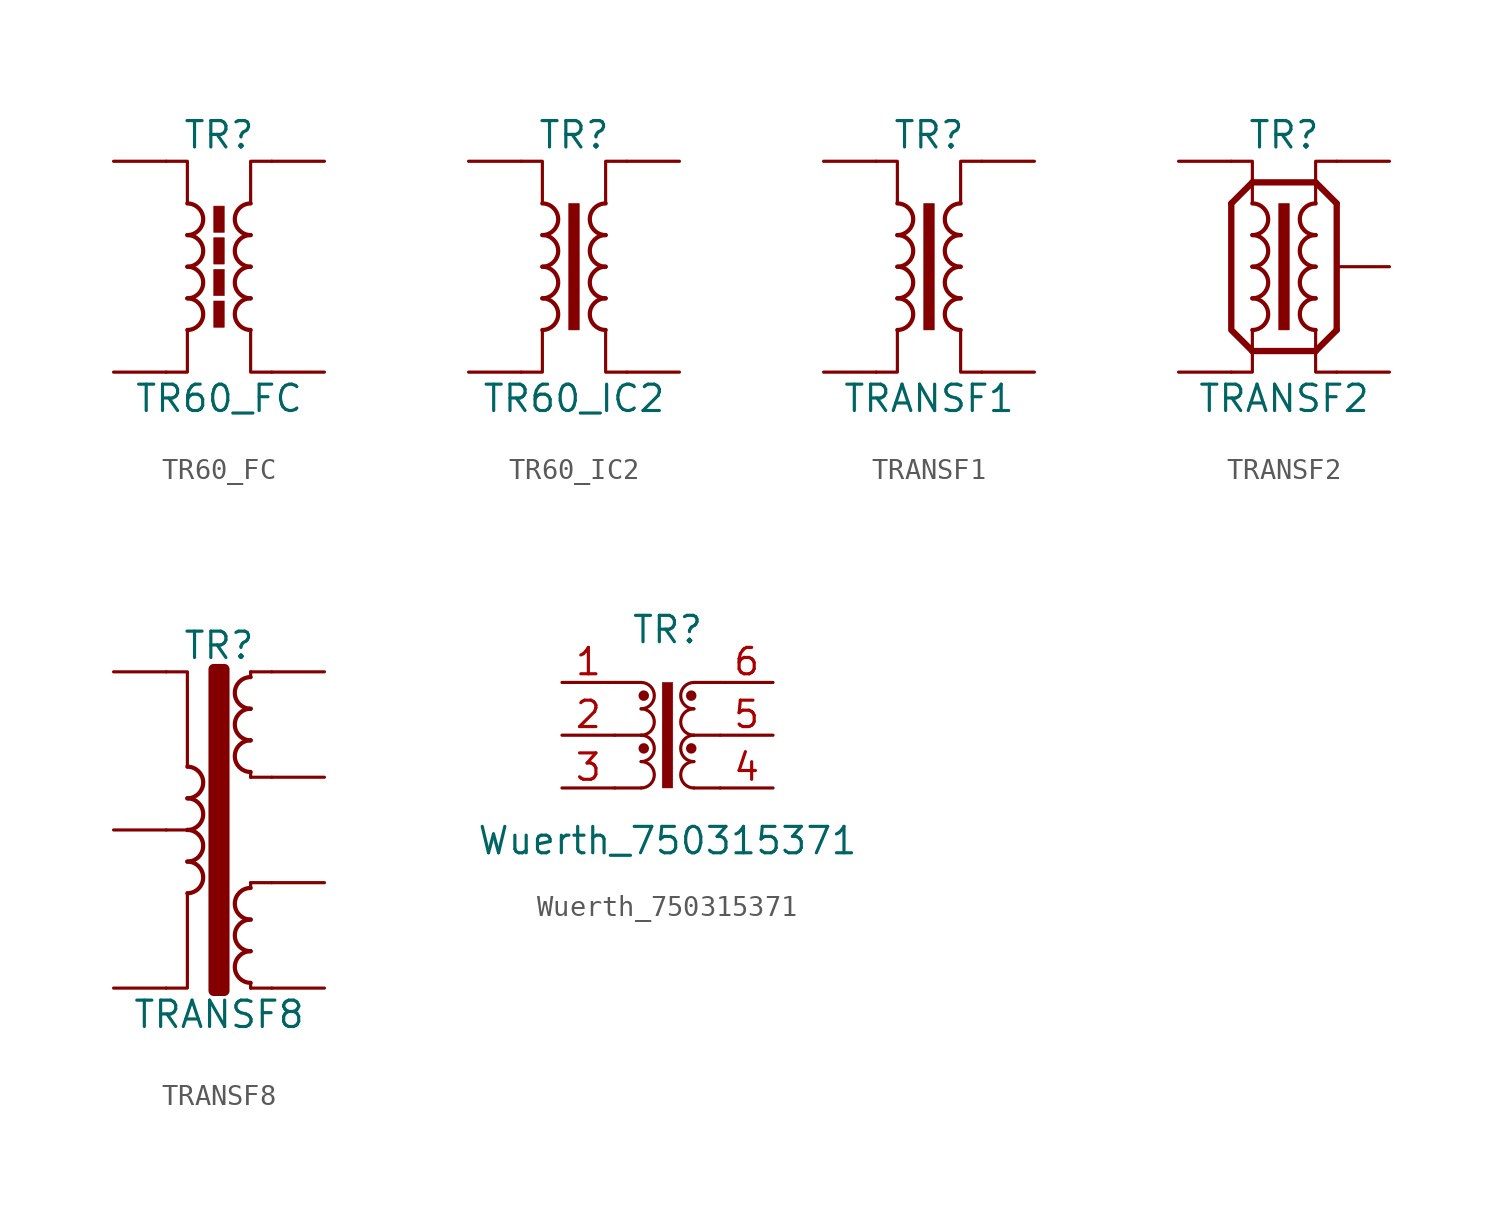
<source format=kicad_sym>
(kicad_symbol_lib
  (version 20220914)
  (generator kicad_symbol_editor)
  (symbol "TR60_FC"
    (pin_numbers hide)
    (pin_names
      (offset 0))
    (property "Reference" "TR"
      (at 0 6.35 0)
      (effects (font (size 1.27 1.27))))
    (property "Value" "TR60_FC"
      (at 0 -6.35 0)
      (effects (font (size 1.27 1.27))))
    (symbol "TR60_FC_0_1"
      (arc (start -1.524 -3.048) (mid -0.7653 -2.286) (end -1.524 -1.524) (stroke (width 0.2032) (type default)) (fill (type none)))
      (arc (start -1.524 -1.524) (mid -0.7653 -0.762) (end -1.524 0) (stroke (width 0.2032) (type default)) (fill (type none)))
      (arc (start -1.524 0) (mid -0.7653 0.762) (end -1.524 1.524) (stroke (width 0.2032) (type default)) (fill (type none)))
      (arc (start -1.524 1.524) (mid -0.7653 2.286) (end -1.524 3.048) (stroke (width 0.2032) (type default)) (fill (type none)))
      (rectangle (start -0.254 -1.651) (end 0.254 -2.921) (stroke (width 0.025) (type default)) (fill (type outline)))
      (rectangle (start -0.254 -0.127) (end 0.254 -1.397) (stroke (width 0.025) (type default)) (fill (type outline)))
      (rectangle (start -0.254 1.397) (end 0.254 0.127) (stroke (width 0.025) (type default)) (fill (type outline)))
      (rectangle (start -0.254 2.921) (end 0.254 1.651) (stroke (width 0.025) (type default)) (fill (type outline)))
      (polyline (pts (xy -2.54 5.08) (xy -1.524 5.08) (xy -1.524 3.048) (xy -1.524 3.048)) (stroke (width 0.152) (type default)) (fill (type none)))
      (polyline (pts (xy -1.524 -3.048) (xy -1.524 -5.08) (xy -2.54 -5.08) (xy -2.54 -5.08)) (stroke (width 0.152) (type default)) (fill (type none)))
      (polyline (pts (xy 1.524 3.048) (xy 1.524 5.08) (xy 2.54 5.08) (xy 2.54 5.08)) (stroke (width 0.152) (type default)) (fill (type none)))
      (polyline (pts (xy 2.54 -5.08) (xy 1.524 -5.08) (xy 1.524 -3.048) (xy 1.524 -3.048)) (stroke (width 0.152) (type default)) (fill (type none)))
      (arc (start 1.524 -1.524) (mid 0.7653 -2.286) (end 1.524 -3.048) (stroke (width 0.2032) (type default)) (fill (type none)))
      (arc (start 1.524 0) (mid 0.7653 -0.762) (end 1.524 -1.524) (stroke (width 0.2032) (type default)) (fill (type none)))
      (arc (start 1.524 1.524) (mid 0.7653 0.762) (end 1.524 0) (stroke (width 0.2032) (type default)) (fill (type none)))
      (arc (start 1.524 3.048) (mid 0.7653 2.286) (end 1.524 1.524) (stroke (width 0.2032) (type default)) (fill (type none))))
    (symbol "TR60_FC_1_1"
      (pin passive line (at -5.08 5.08 0) (length 2.54) (name "~" (effects (font (size 1.27 1.27)))) (number "1" (effects (font (size 1.27 1.27)))))
      (pin passive line (at -5.08 -5.08 0) (length 2.54) (name "~" (effects (font (size 1.27 1.27)))) (number "2" (effects (font (size 1.27 1.27)))))
      (pin passive line (at 5.08 5.08 180) (length 2.54) (name "~" (effects (font (size 1.27 1.27)))) (number "3" (effects (font (size 1.27 1.27)))))
      (pin passive line (at 5.08 -5.08 180) (length 2.54) (name "~" (effects (font (size 1.27 1.27)))) (number "4" (effects (font (size 1.27 1.27)))))))
  (symbol "TR60_IC2"
    (pin_numbers hide)
    (pin_names
      (offset 0))
    (property "Reference" "TR"
      (at 0 6.35 0)
      (effects (font (size 1.27 1.27))))
    (property "Value" "TR60_IC2"
      (at 0 -6.35 0)
      (effects (font (size 1.27 1.27))))
    (symbol "TR60_IC2_0_1"
      (arc (start -1.524 -3.048) (mid -0.7653 -2.286) (end -1.524 -1.524) (stroke (width 0.2032) (type default)) (fill (type none)))
      (arc (start -1.524 -1.524) (mid -0.7653 -0.762) (end -1.524 0) (stroke (width 0.2032) (type default)) (fill (type none)))
      (arc (start -1.524 0) (mid -0.7653 0.762) (end -1.524 1.524) (stroke (width 0.2032) (type default)) (fill (type none)))
      (arc (start -1.524 1.524) (mid -0.7653 2.286) (end -1.524 3.048) (stroke (width 0.2032) (type default)) (fill (type none)))
      (rectangle (start -0.254 3.048) (end 0.254 -3.048) (stroke (width 0.025) (type default)) (fill (type outline)))
      (polyline (pts (xy -2.54 5.08) (xy -1.524 5.08) (xy -1.524 3.048) (xy -1.524 3.048)) (stroke (width 0.152) (type default)) (fill (type none)))
      (polyline (pts (xy -1.524 -3.048) (xy -1.524 -5.08) (xy -2.54 -5.08) (xy -2.54 -5.08)) (stroke (width 0.152) (type default)) (fill (type none)))
      (polyline (pts (xy 1.524 3.048) (xy 1.524 5.08) (xy 2.54 5.08) (xy 2.54 5.08)) (stroke (width 0.152) (type default)) (fill (type none)))
      (polyline (pts (xy 2.54 -5.08) (xy 1.524 -5.08) (xy 1.524 -3.048) (xy 1.524 -3.048)) (stroke (width 0.152) (type default)) (fill (type none)))
      (arc (start 1.524 -1.524) (mid 0.7653 -2.286) (end 1.524 -3.048) (stroke (width 0.2032) (type default)) (fill (type none)))
      (arc (start 1.524 0) (mid 0.7653 -0.762) (end 1.524 -1.524) (stroke (width 0.2032) (type default)) (fill (type none)))
      (arc (start 1.524 1.524) (mid 0.7653 0.762) (end 1.524 0) (stroke (width 0.2032) (type default)) (fill (type none)))
      (arc (start 1.524 3.048) (mid 0.7653 2.286) (end 1.524 1.524) (stroke (width 0.2032) (type default)) (fill (type none))))
    (symbol "TR60_IC2_1_1"
      (pin passive line (at -5.08 5.08 0) (length 2.54) (name "~" (effects (font (size 1.27 1.27)))) (number "1" (effects (font (size 1.27 1.27)))))
      (pin passive line (at -5.08 -5.08 0) (length 2.54) (name "~" (effects (font (size 1.27 1.27)))) (number "2" (effects (font (size 1.27 1.27)))))
      (pin passive line (at 5.08 5.08 180) (length 2.54) (name "~" (effects (font (size 1.27 1.27)))) (number "3" (effects (font (size 1.27 1.27)))))
      (pin passive line (at 5.08 -5.08 180) (length 2.54) (name "~" (effects (font (size 1.27 1.27)))) (number "4" (effects (font (size 1.27 1.27)))))))
  (symbol "TRANSF1"
    (pin_numbers hide)
    (pin_names
      (offset 0))
    (property "Reference" "TR"
      (at 0 6.35 0)
      (effects (font (size 1.27 1.27))))
    (property "Value" "TRANSF1"
      (at 0 -6.35 0)
      (effects (font (size 1.27 1.27))))
    (symbol "TRANSF1_0_1"
      (arc (start -1.524 -3.048) (mid -0.7653 -2.286) (end -1.524 -1.524) (stroke (width 0.2032) (type default)) (fill (type none)))
      (arc (start -1.524 -1.524) (mid -0.7653 -0.762) (end -1.524 0) (stroke (width 0.2032) (type default)) (fill (type none)))
      (arc (start -1.524 0) (mid -0.7653 0.762) (end -1.524 1.524) (stroke (width 0.2032) (type default)) (fill (type none)))
      (arc (start -1.524 1.524) (mid -0.7653 2.286) (end -1.524 3.048) (stroke (width 0.2032) (type default)) (fill (type none)))
      (rectangle (start -0.254 3.048) (end 0.254 -3.048) (stroke (width 0.025) (type default)) (fill (type outline)))
      (polyline (pts (xy -2.54 5.08) (xy -1.524 5.08) (xy -1.524 3.048) (xy -1.524 3.048)) (stroke (width 0.152) (type default)) (fill (type none)))
      (polyline (pts (xy -1.524 -3.048) (xy -1.524 -5.08) (xy -2.54 -5.08) (xy -2.54 -5.08)) (stroke (width 0.152) (type default)) (fill (type none)))
      (polyline (pts (xy 1.524 3.048) (xy 1.524 5.08) (xy 2.54 5.08) (xy 2.54 5.08)) (stroke (width 0.152) (type default)) (fill (type none)))
      (polyline (pts (xy 2.54 -5.08) (xy 1.524 -5.08) (xy 1.524 -3.048) (xy 1.524 -3.048)) (stroke (width 0.152) (type default)) (fill (type none)))
      (arc (start 1.524 -1.524) (mid 0.7653 -2.286) (end 1.524 -3.048) (stroke (width 0.2032) (type default)) (fill (type none)))
      (arc (start 1.524 0) (mid 0.7653 -0.762) (end 1.524 -1.524) (stroke (width 0.2032) (type default)) (fill (type none)))
      (arc (start 1.524 1.524) (mid 0.7653 0.762) (end 1.524 0) (stroke (width 0.2032) (type default)) (fill (type none)))
      (arc (start 1.524 3.048) (mid 0.7653 2.286) (end 1.524 1.524) (stroke (width 0.2032) (type default)) (fill (type none))))
    (symbol "TRANSF1_1_1"
      (pin passive line (at -5.08 5.08 0) (length 2.54) (name "~" (effects (font (size 1.27 1.27)))) (number "1" (effects (font (size 1.27 1.27)))))
      (pin passive line (at -5.08 -5.08 0) (length 2.54) (name "~" (effects (font (size 1.27 1.27)))) (number "2" (effects (font (size 1.27 1.27)))))
      (pin passive line (at 5.08 -5.08 180) (length 2.54) (name "~" (effects (font (size 1.27 1.27)))) (number "3" (effects (font (size 1.27 1.27)))))
      (pin passive line (at 5.08 5.08 180) (length 2.54) (name "~" (effects (font (size 1.27 1.27)))) (number "4" (effects (font (size 1.27 1.27)))))))
  (symbol "TRANSF2"
    (pin_numbers hide)
    (pin_names
      (offset 0))
    (property "Reference" "TR"
      (at 0 6.35 0)
      (effects (font (size 1.27 1.27))))
    (property "Value" "TRANSF2"
      (at 0 -6.35 0)
      (effects (font (size 1.27 1.27))))
    (symbol "TRANSF2_0_1"
      (arc (start -1.524 -3.048) (mid -0.7653 -2.286) (end -1.524 -1.524) (stroke (width 0.2032) (type default)) (fill (type none)))
      (arc (start -1.524 -1.524) (mid -0.7653 -0.762) (end -1.524 0) (stroke (width 0.2032) (type default)) (fill (type none)))
      (arc (start -1.524 0) (mid -0.7653 0.762) (end -1.524 1.524) (stroke (width 0.2032) (type default)) (fill (type none)))
      (arc (start -1.524 1.524) (mid -0.7653 2.286) (end -1.524 3.048) (stroke (width 0.2032) (type default)) (fill (type none)))
      (rectangle (start -0.254 3.048) (end 0.254 -3.048) (stroke (width 0.025) (type default)) (fill (type outline)))
      (polyline (pts (xy -2.54 3.048) (xy -1.524 4.064) (xy -1.524 4.064)) (stroke (width 0.305) (type default)) (fill (type none)))
      (polyline (pts (xy 2.54 -3.048) (xy 1.524 -4.064) (xy 1.524 -4.064)) (stroke (width 0.305) (type default)) (fill (type none)))
      (polyline (pts (xy 2.54 3.048) (xy 2.54 -3.048) (xy 2.54 -3.048)) (stroke (width 0.305) (type default)) (fill (type none)))
      (polyline (pts (xy -2.54 5.08) (xy -1.524 5.08) (xy -1.524 3.048) (xy -1.524 3.048)) (stroke (width 0.152) (type default)) (fill (type none)))
      (polyline (pts (xy -1.524 -4.064) (xy -2.54 -3.048) (xy -2.54 3.048) (xy -2.54 3.048)) (stroke (width 0.305) (type default)) (fill (type none)))
      (polyline (pts (xy -1.524 -3.048) (xy -1.524 -5.08) (xy -2.54 -5.08) (xy -2.54 -5.08)) (stroke (width 0.152) (type default)) (fill (type none)))
      (polyline (pts (xy -1.524 4.064) (xy 1.524 4.064) (xy 1.524 4.064) (xy 1.524 4.064)) (stroke (width 0.305) (type default)) (fill (type none)))
      (polyline (pts (xy 1.524 -4.064) (xy -1.524 -4.064) (xy -1.524 -4.064) (xy -1.524 -4.064)) (stroke (width 0.305) (type default)) (fill (type none)))
      (polyline (pts (xy 1.524 3.048) (xy 1.524 5.08) (xy 2.54 5.08) (xy 2.54 5.08)) (stroke (width 0.152) (type default)) (fill (type none)))
      (polyline (pts (xy 2.54 -5.08) (xy 1.524 -5.08) (xy 1.524 -3.048) (xy 1.524 -3.048)) (stroke (width 0.152) (type default)) (fill (type none)))
      (polyline (pts (xy 1.524 4.064) (xy 2.54 3.048) (xy 2.54 3.048) (xy 2.54 3.048) (xy 2.54 3.048)) (stroke (width 0.305) (type default)) (fill (type none)))
      (arc (start 1.524 -1.524) (mid 0.7653 -2.286) (end 1.524 -3.048) (stroke (width 0.2032) (type default)) (fill (type none)))
      (arc (start 1.524 0) (mid 0.7653 -0.762) (end 1.524 -1.524) (stroke (width 0.2032) (type default)) (fill (type none)))
      (arc (start 1.524 1.524) (mid 0.7653 0.762) (end 1.524 0) (stroke (width 0.2032) (type default)) (fill (type none)))
      (arc (start 1.524 3.048) (mid 0.7653 2.286) (end 1.524 1.524) (stroke (width 0.2032) (type default)) (fill (type none))))
    (symbol "TRANSF2_1_1"
      (pin passive line (at 5.08 0 180) (length 2.54) (name "~" (effects (font (size 1.27 1.27)))) (number "0" (effects (font (size 1.27 1.27)))))
      (pin passive line (at -5.08 5.08 0) (length 2.54) (name "~" (effects (font (size 1.27 1.27)))) (number "1" (effects (font (size 1.27 1.27)))))
      (pin passive line (at -5.08 -5.08 0) (length 2.54) (name "~" (effects (font (size 1.27 1.27)))) (number "2" (effects (font (size 1.27 1.27)))))
      (pin passive line (at 5.08 -5.08 180) (length 2.54) (name "~" (effects (font (size 1.27 1.27)))) (number "3" (effects (font (size 1.27 1.27)))))
      (pin passive line (at 5.08 5.08 180) (length 2.54) (name "~" (effects (font (size 1.27 1.27)))) (number "4" (effects (font (size 1.27 1.27)))))))
  (symbol "TRANSF8"
    (pin_numbers hide)
    (pin_names
      (offset 0))
    (property "Reference" "TR"
      (at 0 8.89 0)
      (effects (font (size 1.27 1.27))))
    (property "Value" "TRANSF8"
      (at 0 -8.89 0)
      (effects (font (size 1.27 1.27))))
    (symbol "TRANSF8_0_1"
      (arc (start -1.524 -3.048) (mid -0.7653 -2.286) (end -1.524 -1.524) (stroke (width 0.2032) (type default)) (fill (type none)))
      (arc (start -1.524 -1.524) (mid -0.7653 -0.762) (end -1.524 0) (stroke (width 0.2032) (type default)) (fill (type none)))
      (arc (start -1.524 0) (mid -0.7653 0.762) (end -1.524 1.524) (stroke (width 0.2032) (type default)) (fill (type none)))
      (arc (start -1.524 1.524) (mid -0.7653 2.286) (end -1.524 3.048) (stroke (width 0.2032) (type default)) (fill (type none)))
      (rectangle (start -0.254 7.747) (end 0.254 -7.747) (stroke (width 0.508) (type default)) (fill (type outline)))
      (polyline (pts (xy -1.524 0) (xy -2.54 0) (xy -2.54 0)) (stroke (width 0) (type default)) (fill (type outline)))
      (polyline (pts (xy 1.524 -7.366) (xy 1.524 -7.62) (xy 1.524 -7.62)) (stroke (width 0) (type default)) (fill (type outline)))
      (polyline (pts (xy 1.524 -2.54) (xy 1.524 -2.794) (xy 1.524 -2.794)) (stroke (width 0) (type default)) (fill (type outline)))
      (polyline (pts (xy 1.524 -2.54) (xy 2.54 -2.54) (xy 2.54 -2.54)) (stroke (width 0) (type default)) (fill (type none)))
      (polyline (pts (xy 1.524 2.54) (xy 1.524 2.794) (xy 1.524 2.794)) (stroke (width 0) (type default)) (fill (type outline)))
      (polyline (pts (xy 1.524 2.54) (xy 2.54 2.54) (xy 2.54 2.54)) (stroke (width 0) (type default)) (fill (type none)))
      (polyline (pts (xy 1.524 7.62) (xy 1.524 7.366) (xy 1.524 7.366)) (stroke (width 0) (type default)) (fill (type outline)))
      (polyline (pts (xy 1.524 7.62) (xy 2.54 7.62) (xy 2.54 7.62)) (stroke (width 0) (type default)) (fill (type none)))
      (polyline (pts (xy 2.54 -7.62) (xy 1.524 -7.62) (xy 1.524 -7.62)) (stroke (width 0) (type default)) (fill (type none)))
      (polyline (pts (xy -2.54 -7.62) (xy -1.524 -7.62) (xy -1.524 -3.048) (xy -1.524 -3.048)) (stroke (width 0) (type default)) (fill (type none)))
      (polyline (pts (xy -2.54 7.62) (xy -1.524 7.62) (xy -1.524 3.048) (xy -1.524 3.048)) (stroke (width 0) (type default)) (fill (type none)))
      (arc (start 1.524 -5.842) (mid 0.7653 -6.604) (end 1.524 -7.366) (stroke (width 0.2032) (type default)) (fill (type none)))
      (arc (start 1.524 -4.318) (mid 0.7653 -5.08) (end 1.524 -5.842) (stroke (width 0.2032) (type default)) (fill (type none)))
      (arc (start 1.524 -2.794) (mid 0.7653 -3.556) (end 1.524 -4.318) (stroke (width 0.2032) (type default)) (fill (type none)))
      (arc (start 1.524 4.318) (mid 0.7653 3.556) (end 1.524 2.794) (stroke (width 0.2032) (type default)) (fill (type none)))
      (arc (start 1.524 5.842) (mid 0.7653 5.08) (end 1.524 4.318) (stroke (width 0.2032) (type default)) (fill (type none)))
      (arc (start 1.524 7.366) (mid 0.7653 6.604) (end 1.524 5.842) (stroke (width 0.2032) (type default)) (fill (type none))))
    (symbol "TRANSF8_1_1"
      (pin passive line (at -5.08 7.62 0) (length 2.54) (name "~" (effects (font (size 1.27 1.27)))) (number "1" (effects (font (size 1.27 1.27)))))
      (pin passive line (at -5.08 0 0) (length 2.54) (name "~" (effects (font (size 1.27 1.27)))) (number "2" (effects (font (size 1.27 1.27)))))
      (pin passive line (at -5.08 -7.62 0) (length 2.54) (name "~" (effects (font (size 1.27 1.27)))) (number "3" (effects (font (size 1.27 1.27)))))
      (pin passive line (at 5.08 7.62 180) (length 2.54) (name "~" (effects (font (size 1.27 1.27)))) (number "4" (effects (font (size 1.27 1.27)))))
      (pin passive line (at 5.08 2.54 180) (length 2.54) (name "~" (effects (font (size 1.27 1.27)))) (number "5" (effects (font (size 1.27 1.27)))))
      (pin passive line (at 5.08 -2.54 180) (length 2.54) (name "~" (effects (font (size 1.27 1.27)))) (number "6" (effects (font (size 1.27 1.27)))))
      (pin passive line (at 5.08 -7.62 180) (length 2.54) (name "~" (effects (font (size 1.27 1.27)))) (number "7" (effects (font (size 1.27 1.27)))))))
  (symbol "Wuerth_750315371"
    (property "Reference" "TR"
      (at 0 5.08 0)
      (effects (font (size 1.27 1.27))))
    (property "Value" "Wuerth_750315371"
      (at 0 -5.08 0)
      (effects (font (size 1.27 1.27))))
    (symbol "Wuerth_750315371_0_1"
      (arc (start -1.27 -2.54) (mid -0.6377 -1.905) (end -1.27 -1.27) (stroke (width 0) (type default)) (fill (type none)))
      (arc (start -1.27 -1.27) (mid -0.6377 -0.635) (end -1.27 0) (stroke (width 0) (type default)) (fill (type none)))
      (rectangle (start -0.254 2.54) (end 0.254 -2.54) (stroke (width 0.025) (type default)) (fill (type outline)))
      (polyline (pts (xy -2.54 -2.54) (xy -1.27 -2.54)) (stroke (width 0) (type default)) (fill (type none)))
      (polyline (pts (xy -2.54 0) (xy -1.27 0)) (stroke (width 0) (type default)) (fill (type none)))
      (polyline (pts (xy -2.54 2.54) (xy -1.27 2.54)) (stroke (width 0) (type default)) (fill (type none)))
      (polyline (pts (xy 1.27 -2.54) (xy 2.54 -2.54)) (stroke (width 0) (type default)) (fill (type none)))
      (polyline (pts (xy 1.27 0) (xy 2.54 0)) (stroke (width 0) (type default)) (fill (type none)))
      (polyline (pts (xy 1.27 2.54) (xy 2.54 2.54)) (stroke (width 0) (type default)) (fill (type none))))
    (symbol "Wuerth_750315371_1_1"
      (arc (start -1.27 0) (mid -0.6377 0.635) (end -1.27 1.27) (stroke (width 0) (type default)) (fill (type none)))
      (arc (start -1.27 1.27) (mid -0.6377 1.905) (end -1.27 2.54) (stroke (width 0) (type default)) (fill (type none)))
      (circle (center -1.143 -0.635) (radius 0.127) (stroke (width 0.254) (type default)) (fill (type none)))
      (circle (center -1.143 1.905) (radius 0.127) (stroke (width 0.254) (type default)) (fill (type none)))
      (circle (center 1.143 -0.635) (radius 0.127) (stroke (width 0.254) (type default)) (fill (type none)))
      (circle (center 1.143 1.905) (radius 0.127) (stroke (width 0.254) (type default)) (fill (type none)))
      (arc (start 1.27 -1.27) (mid 0.6377 -1.905) (end 1.27 -2.54) (stroke (width 0) (type default)) (fill (type none)))
      (arc (start 1.27 0) (mid 0.6377 -0.635) (end 1.27 -1.27) (stroke (width 0) (type default)) (fill (type none)))
      (arc (start 1.27 1.27) (mid 0.6377 0.635) (end 1.27 0) (stroke (width 0) (type default)) (fill (type none)))
      (arc (start 1.27 2.54) (mid 0.6377 1.905) (end 1.27 1.27) (stroke (width 0) (type default)) (fill (type none)))
      (pin passive line (at -5.08 2.54 0) (length 2.54) (name "~" (effects (font (size 1.27 1.27)))) (number "1" (effects (font (size 1.27 1.27)))))
      (pin passive line (at -5.08 0 0) (length 2.54) (name "~" (effects (font (size 1.27 1.27)))) (number "2" (effects (font (size 1.27 1.27)))))
      (pin passive line (at -5.08 -2.54 0) (length 2.54) (name "~" (effects (font (size 1.27 1.27)))) (number "3" (effects (font (size 1.27 1.27)))))
      (pin passive line (at 5.08 -2.54 180) (length 2.54) (name "~" (effects (font (size 1.27 1.27)))) (number "4" (effects (font (size 1.27 1.27)))))
      (pin passive line (at 5.08 0 180) (length 2.54) (name "~" (effects (font (size 1.27 1.27)))) (number "5" (effects (font (size 1.27 1.27)))))
      (pin passive line (at 5.08 2.54 180) (length 2.54) (name "~" (effects (font (size 1.27 1.27)))) (number "6" (effects (font (size 1.27 1.27))))))))
</source>
